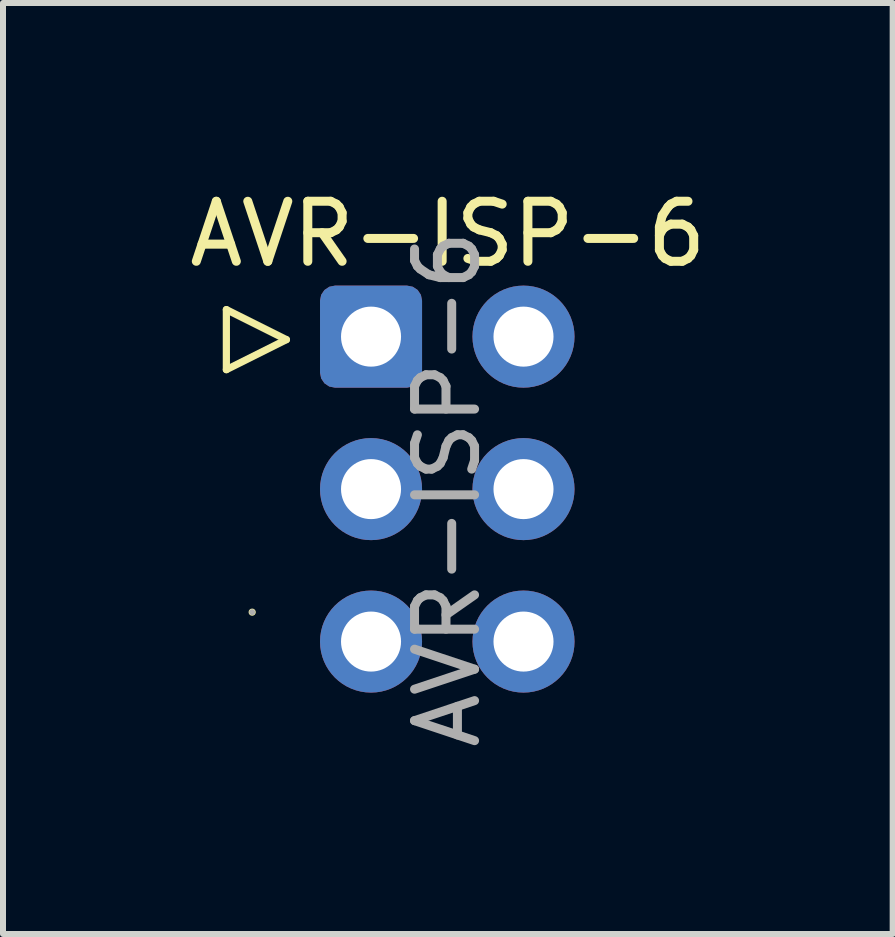
<source format=kicad_pcb>
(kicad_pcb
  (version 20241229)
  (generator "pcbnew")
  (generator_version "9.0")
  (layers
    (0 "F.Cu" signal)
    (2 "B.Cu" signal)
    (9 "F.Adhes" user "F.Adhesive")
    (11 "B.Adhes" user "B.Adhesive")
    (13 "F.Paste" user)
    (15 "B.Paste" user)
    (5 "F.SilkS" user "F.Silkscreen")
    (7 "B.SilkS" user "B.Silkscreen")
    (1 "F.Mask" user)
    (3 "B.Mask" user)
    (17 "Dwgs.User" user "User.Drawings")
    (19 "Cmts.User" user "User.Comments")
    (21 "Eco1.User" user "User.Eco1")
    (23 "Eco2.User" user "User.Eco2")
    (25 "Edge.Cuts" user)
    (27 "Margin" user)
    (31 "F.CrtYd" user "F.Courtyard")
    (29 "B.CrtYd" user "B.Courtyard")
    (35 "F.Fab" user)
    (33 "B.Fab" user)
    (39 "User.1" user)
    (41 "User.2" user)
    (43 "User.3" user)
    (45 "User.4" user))
  (footprint "AVR-ISP-6"
    (layer "F.Cu")
    (at 4.261 5.448)
    (property "Reference" "AVR-ISP-6" (at 0.15 -4.6 0) (layer "F.SilkS") (effects (font (size 1 1) (thickness 0.15))))
    (attr through_hole)
    (fp_line (start -3.54 -3.34) (end -3.54 -2.34) (stroke (width 0.12) (type solid)) (layer "F.SilkS"))
    (fp_line (start -3.54 -2.34) (end -2.54 -2.84) (stroke (width 0.12) (type solid)) (layer "F.SilkS"))
    (fp_line (start -3.11 1.7) (end -3.11 1.7) (stroke (width 0.12) (type solid)) (layer "F.SilkS"))
    (fp_line (start -2.54 -2.84) (end -3.54 -3.34) (stroke (width 0.12) (type solid)) (layer "F.SilkS"))
    (fp_line (start -3.11 1.7) (end -3.11 1.7) (stroke (width 0.1) (type solid)) (layer "F.Fab"))
    (fp_text user "${REFERENCE}" (at 0.14 -0.35 90) (layer "F.Fab") (effects (font (size 1 1) (thickness 0.15))))
    (pad "1" thru_hole roundrect (at -1.13 -2.89) (size 1.7 1.7) (drill 1) (layers "*.Cu" "*.Mask") (roundrect_rratio 0.147))
    (pad "2" thru_hole circle (at 1.41 -2.89) (size 1.7 1.7) (drill 1) (layers "*.Cu" "*.Mask"))
    (pad "3" thru_hole circle (at -1.13 -0.35) (size 1.7 1.7) (drill 1) (layers "*.Cu" "*.Mask"))
    (pad "4" thru_hole circle (at 1.41 -0.35) (size 1.7 1.7) (drill 1) (layers "*.Cu" "*.Mask"))
    (pad "5" thru_hole circle (at -1.13 2.19) (size 1.7 1.7) (drill 1) (layers "*.Cu" "*.Mask"))
    (pad "6" thru_hole circle (at 1.41 2.19) (size 1.7 1.7) (drill 1) (layers "*.Cu" "*.Mask")))
  (gr_rect
    (start -3 -3)
    (end 11.821 12.509)
    (stroke (width 0.1) (type default))
    (fill no)
    (layer "Edge.Cuts")))
</source>
